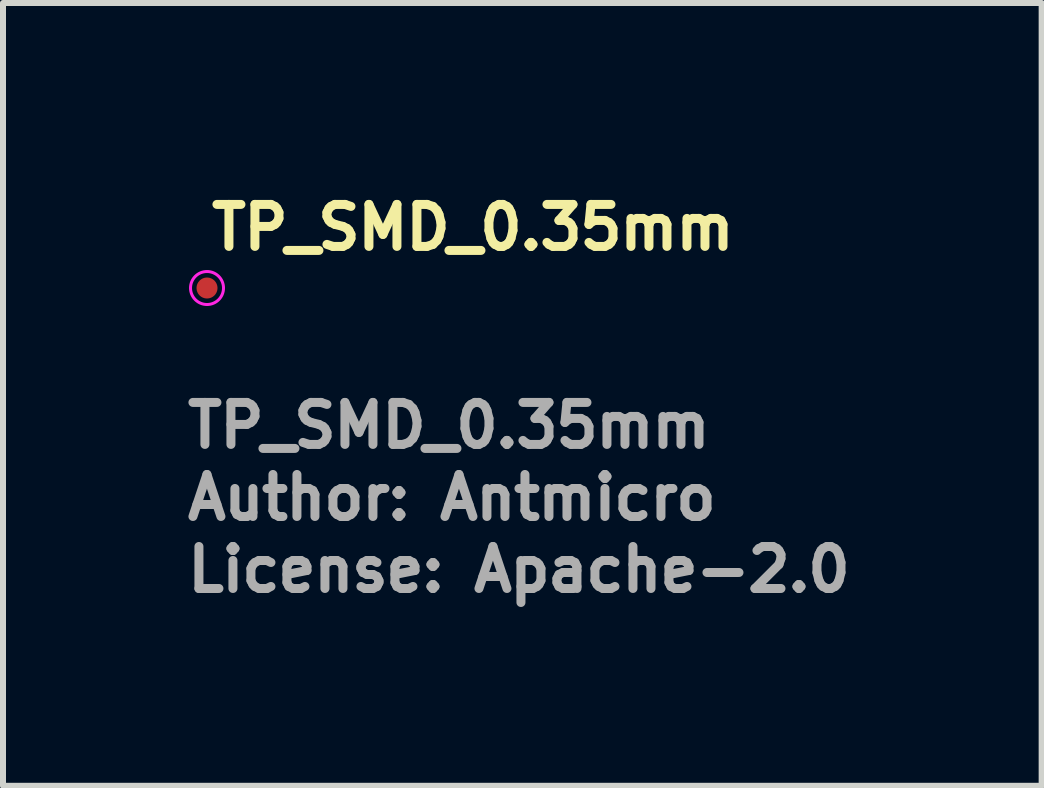
<source format=kicad_pcb>
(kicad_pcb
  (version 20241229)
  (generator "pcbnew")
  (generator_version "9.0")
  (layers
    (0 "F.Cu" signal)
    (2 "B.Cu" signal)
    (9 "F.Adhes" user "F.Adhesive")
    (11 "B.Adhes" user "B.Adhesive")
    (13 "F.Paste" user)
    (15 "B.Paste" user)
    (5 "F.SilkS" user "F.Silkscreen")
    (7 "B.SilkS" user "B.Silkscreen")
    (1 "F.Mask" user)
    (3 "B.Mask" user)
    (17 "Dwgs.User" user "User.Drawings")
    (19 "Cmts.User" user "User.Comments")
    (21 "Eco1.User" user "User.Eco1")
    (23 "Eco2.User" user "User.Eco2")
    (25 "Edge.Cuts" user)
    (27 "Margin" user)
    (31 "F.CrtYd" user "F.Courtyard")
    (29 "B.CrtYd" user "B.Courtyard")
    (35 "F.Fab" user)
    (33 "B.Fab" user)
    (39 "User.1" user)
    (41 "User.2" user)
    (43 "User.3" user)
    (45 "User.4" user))
  (footprint "TP_SMD_0.35mm"
    (layer "F.Cu")
    (at 0.4 1.75)
    (property "Reference" "TP_SMD_0.35mm" (at 0 -0.6 0) (layer "F.SilkS") (effects (font (size 0.7 0.7) (thickness 0.15)) (justify left bottom)))
    (attr exclude_from_pos_files exclude_from_bom)
    (fp_circle (center 0 0) (end 0.275 0) (stroke (width 0.05) (type default)) (fill no) (layer "F.CrtYd"))
    (fp_text user "License: Apache-2.0" (at -0.4 5.101 0) (layer "F.Fab") (effects (font (size 0.7 0.7) (thickness 0.15)) (justify left bottom)))
    (fp_text user "Author: Antmicro" (at -0.4 3.901 0) (layer "F.Fab") (effects (font (size 0.7 0.7) (thickness 0.15)) (justify left bottom)))
    (fp_text user "${REFERENCE}" (at -0.4 2.7 0) (layer "F.Fab") (effects (font (size 0.7 0.7) (thickness 0.15)) (justify left bottom)))
    (pad "1" smd circle (at 0 0) (size 0.35 0.35) (layers "F.Cu" "F.Mask")))
  (gr_rect
    (start -3 -3)
    (end 14.31 10.046)
    (stroke (width 0.1) (type default))
    (fill no)
    (layer "Edge.Cuts")))
</source>
